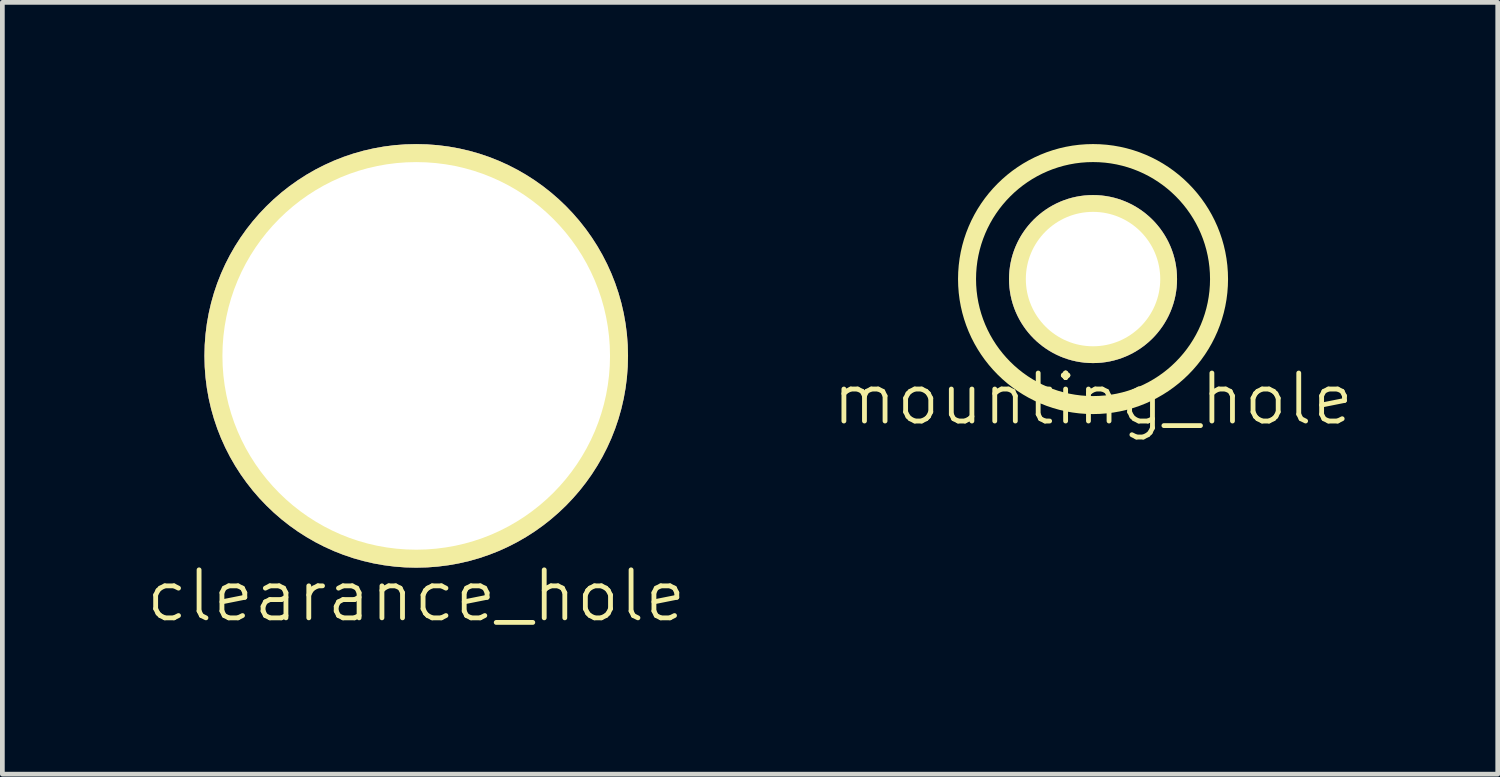
<source format=kicad_pcb>
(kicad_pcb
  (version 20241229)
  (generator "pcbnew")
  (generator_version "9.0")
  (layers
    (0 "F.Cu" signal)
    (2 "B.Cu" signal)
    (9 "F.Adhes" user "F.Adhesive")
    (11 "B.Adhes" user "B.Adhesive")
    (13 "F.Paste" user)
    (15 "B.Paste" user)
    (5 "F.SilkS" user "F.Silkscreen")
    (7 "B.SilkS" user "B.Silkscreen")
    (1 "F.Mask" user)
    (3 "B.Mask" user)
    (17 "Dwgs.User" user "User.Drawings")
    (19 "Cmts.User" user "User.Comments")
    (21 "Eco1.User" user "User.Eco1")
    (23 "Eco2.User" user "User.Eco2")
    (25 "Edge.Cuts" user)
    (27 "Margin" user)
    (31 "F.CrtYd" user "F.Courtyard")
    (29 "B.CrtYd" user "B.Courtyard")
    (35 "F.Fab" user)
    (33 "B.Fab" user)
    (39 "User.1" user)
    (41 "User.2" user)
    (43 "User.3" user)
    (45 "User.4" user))
  (footprint "mounting_hole"
    (layer "F.Cu")
    (at 20.086 2.857)
    (property "Reference" "mounting_hole" (at 0 2.54 0) (layer "F.SilkS") (effects (font (size 1.016 1.016) (thickness 0.102))))
    (attr through_hole)
    (fp_circle (center 0 0) (end 0 -2.667) (stroke (width 0.381) (type solid)) (fill no) (layer "F.SilkS"))
    (pad "" thru_hole circle (at 0 0) (size 3.556 3.556) (drill 2.845) (layers "*.Cu" "*.Mask" "F.SilkS")))
  (footprint "clearance_hole"
    (layer "F.Cu")
    (at 5.76 4.483)
    (property "Reference" "clearance_hole" (at 0 5.08 0) (layer "F.SilkS") (effects (font (size 1.016 1.016) (thickness 0.102))))
    (attr through_hole)
    (pad "" thru_hole circle (at 0 0) (size 8.966 8.966) (drill 8.204) (layers "*.Cu" "*.Mask" "F.SilkS")))
  (gr_rect
    (start -3 -3)
    (end 28.652 13.336)
    (stroke (width 0.1) (type default))
    (fill no)
    (layer "Edge.Cuts")))
</source>
